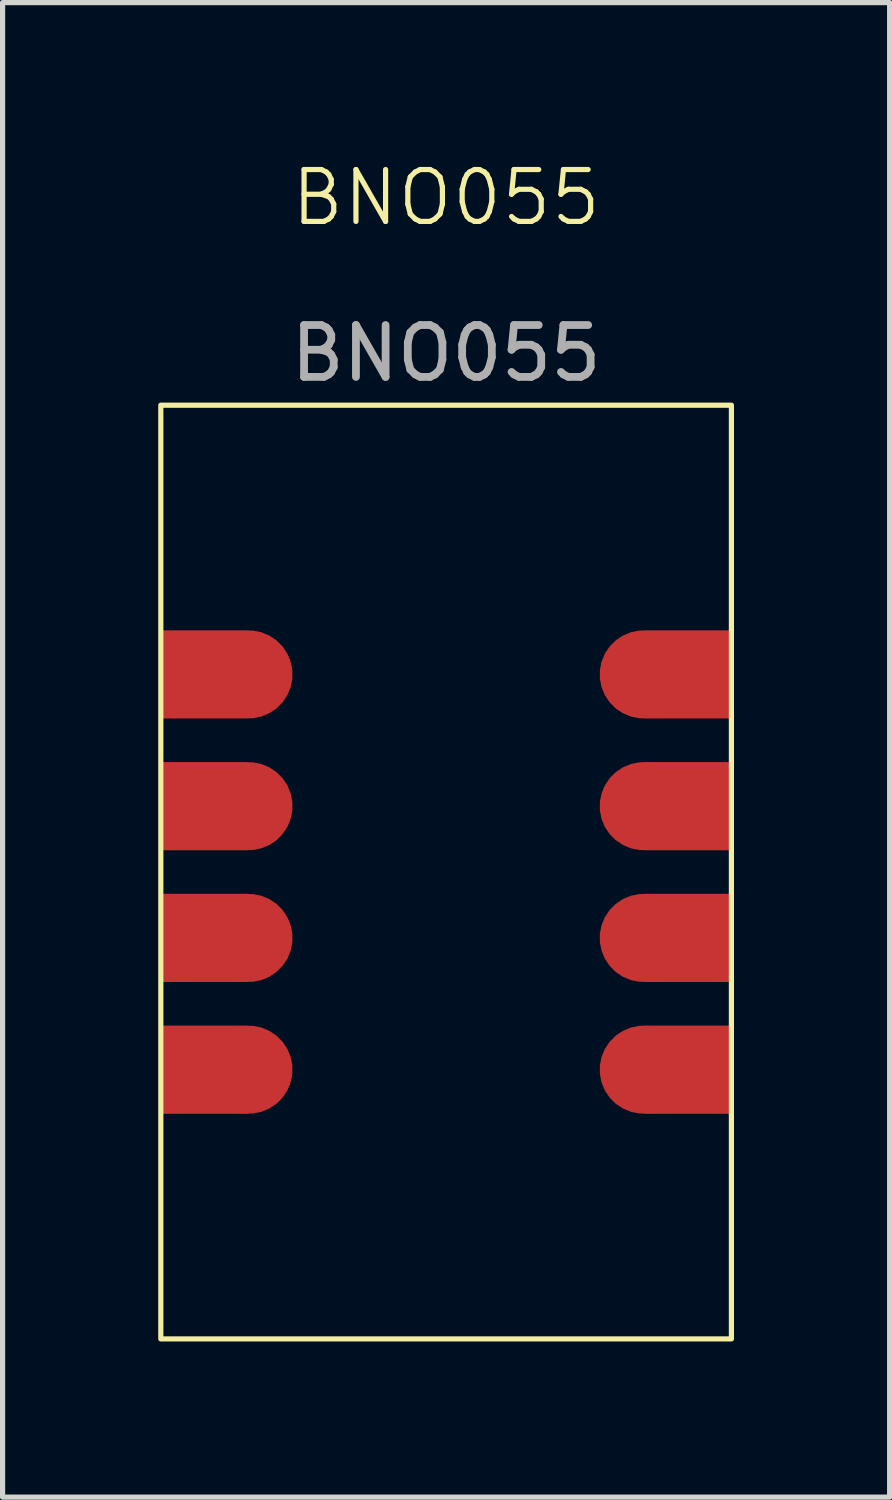
<source format=kicad_pcb>
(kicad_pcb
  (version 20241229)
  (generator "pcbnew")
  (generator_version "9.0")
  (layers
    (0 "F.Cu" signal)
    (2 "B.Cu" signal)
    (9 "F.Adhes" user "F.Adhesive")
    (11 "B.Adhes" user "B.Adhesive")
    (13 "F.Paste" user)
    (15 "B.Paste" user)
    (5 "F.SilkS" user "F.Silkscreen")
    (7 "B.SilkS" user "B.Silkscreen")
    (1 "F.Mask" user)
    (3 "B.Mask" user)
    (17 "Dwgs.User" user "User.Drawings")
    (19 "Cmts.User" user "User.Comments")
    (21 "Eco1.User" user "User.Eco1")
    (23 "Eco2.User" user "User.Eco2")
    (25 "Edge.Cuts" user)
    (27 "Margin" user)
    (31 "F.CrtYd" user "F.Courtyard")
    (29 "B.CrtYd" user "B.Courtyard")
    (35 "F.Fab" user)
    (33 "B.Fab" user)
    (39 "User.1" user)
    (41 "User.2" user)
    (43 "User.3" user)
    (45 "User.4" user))
  (footprint "BNO055"
    (layer "F.Cu")
    (at 5.55 13.761)
    (property "Reference" "BNO055" (at 0 -13 0) (unlocked yes) (layer "F.SilkS") (effects (font (size 1 1) (thickness 0.1))))
    (attr smd)
    (fp_rect (start -5.5 -9) (end 5.5 9) (stroke (width 0.1) (type default)) (fill no) (layer "F.SilkS"))
    (fp_text user "${REFERENCE}" (at 0 -10 0) (unlocked yes) (layer "F.Fab") (effects (font (size 1 1) (thickness 0.15))))
    (pad "1" smd custom (at -3.81 -3.81 270) (size 1.7 1.7) (layers "F.Cu" "F.Mask" "F.Paste") (options (anchor circle)) (primitives (gr_poly (pts (xy 0.85 0) (xy 0.85 1.69) (xy -0.85 1.69) (xy -0.85 0)) (width 0) (fill yes))))
    (pad "2" smd custom (at -3.81 -1.27 270) (size 1.7 1.7) (layers "F.Cu" "F.Mask" "F.Paste") (options (anchor circle)) (primitives (gr_poly (pts (xy 0.85 0) (xy 0.85 1.69) (xy -0.85 1.69) (xy -0.85 0)) (width 0) (fill yes))))
    (pad "3" smd custom (at -3.81 1.27 270) (size 1.7 1.7) (layers "F.Cu" "F.Mask" "F.Paste") (options (anchor circle)) (primitives (gr_poly (pts (xy 0.85 0) (xy 0.85 1.69) (xy -0.85 1.69) (xy -0.85 0)) (width 0) (fill yes))))
    (pad "4" smd custom (at -3.81 3.81 270) (size 1.7 1.7) (layers "F.Cu" "F.Mask" "F.Paste") (options (anchor circle)) (primitives (gr_poly (pts (xy 0.85 0) (xy 0.85 1.69) (xy -0.85 1.69) (xy -0.85 0)) (width 0) (fill yes))))
    (pad "5" smd custom (at 3.81 3.81 90) (size 1.7 1.7) (layers "F.Cu" "F.Mask" "F.Paste") (options (anchor circle)) (primitives (gr_poly (pts (xy 0.85 0) (xy 0.85 1.69) (xy -0.85 1.69) (xy -0.85 0)) (width 0) (fill yes))))
    (pad "6" smd custom (at 3.81 1.27 90) (size 1.7 1.7) (layers "F.Cu" "F.Mask" "F.Paste") (options (anchor circle)) (primitives (gr_poly (pts (xy 0.85 0) (xy 0.85 1.69) (xy -0.85 1.69) (xy -0.85 0)) (width 0) (fill yes))))
    (pad "7" smd custom (at 3.81 -1.27 90) (size 1.7 1.7) (layers "F.Cu" "F.Mask" "F.Paste") (options (anchor circle)) (primitives (gr_poly (pts (xy 0.85 0) (xy 0.85 1.69) (xy -0.85 1.69) (xy -0.85 0)) (width 0) (fill yes))))
    (pad "8" smd custom (at 3.81 -3.81 90) (size 1.7 1.7) (layers "F.Cu" "F.Mask" "F.Paste") (options (anchor circle)) (primitives (gr_poly (pts (xy 0.85 0) (xy 0.85 1.69) (xy -0.85 1.69) (xy -0.85 0)) (width 0) (fill yes)))))
  (gr_rect
    (start -3 -3)
    (end 14.1 25.811)
    (stroke (width 0.1) (type default))
    (fill no)
    (layer "Edge.Cuts")))
</source>
